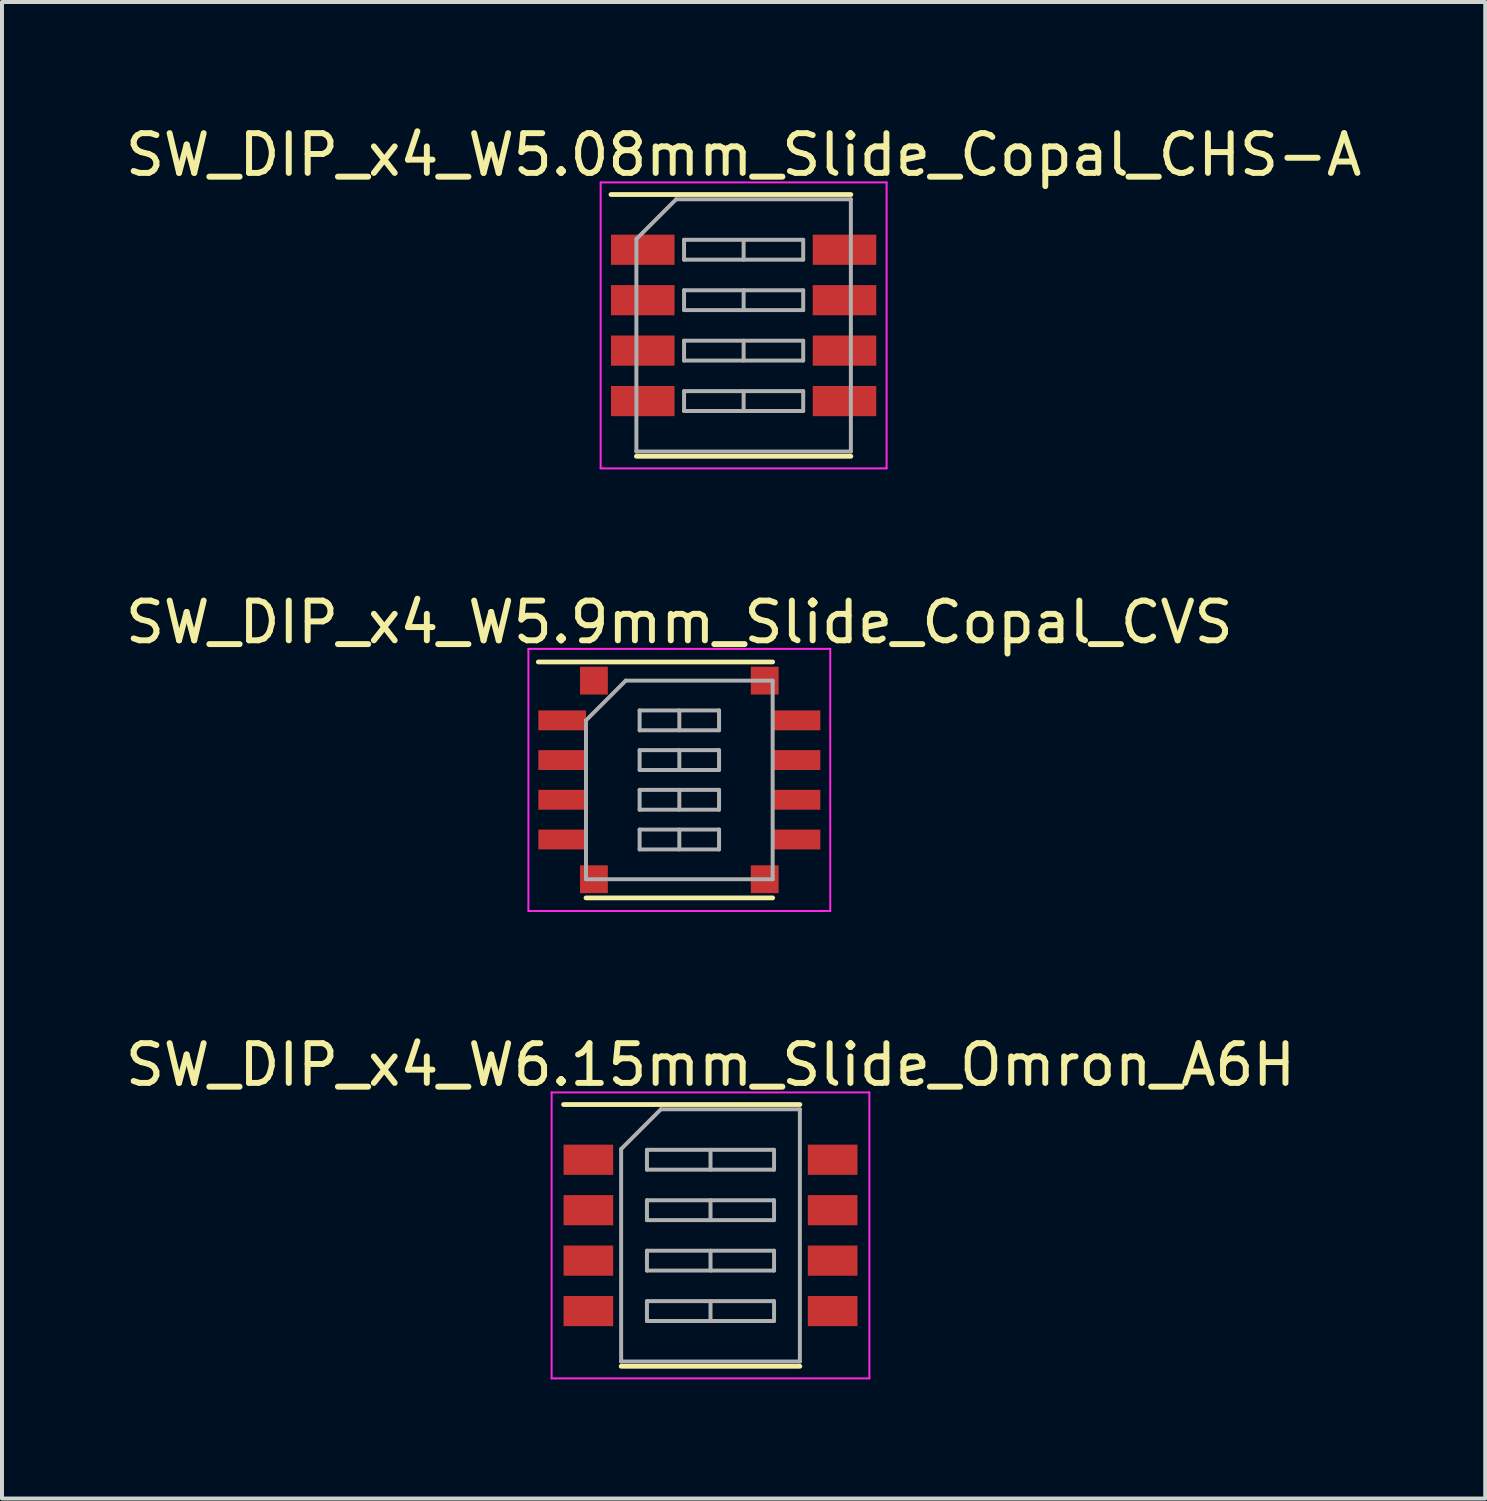
<source format=kicad_pcb>
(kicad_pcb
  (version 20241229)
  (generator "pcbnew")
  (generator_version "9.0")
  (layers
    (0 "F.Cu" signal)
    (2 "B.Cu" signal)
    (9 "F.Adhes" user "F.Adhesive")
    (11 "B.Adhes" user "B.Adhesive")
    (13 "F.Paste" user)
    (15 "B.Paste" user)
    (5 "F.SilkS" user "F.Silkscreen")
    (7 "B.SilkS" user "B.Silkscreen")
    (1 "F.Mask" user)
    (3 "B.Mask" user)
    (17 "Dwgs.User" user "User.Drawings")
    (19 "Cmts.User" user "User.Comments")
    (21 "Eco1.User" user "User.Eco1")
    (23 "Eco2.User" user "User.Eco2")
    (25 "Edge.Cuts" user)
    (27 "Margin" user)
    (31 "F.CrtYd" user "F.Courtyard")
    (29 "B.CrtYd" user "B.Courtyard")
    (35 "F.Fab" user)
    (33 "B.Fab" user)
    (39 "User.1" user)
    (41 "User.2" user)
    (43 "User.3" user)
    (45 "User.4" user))
  (footprint "SW_DIP_x4_W6.15mm_Slide_Omron_A6H"
    (layer "F.Cu")
    (at 14.839 28.055)
    (property "Reference" "SW_DIP_x4_W6.15mm_Slide_Omron_A6H" (at 0 -4.295 0) (layer "F.SilkS") (effects (font (size 1 1) (thickness 0.15))))
    (attr smd)
    (fp_line (start -3.7 -3.295) (end 2.25 -3.295) (stroke (width 0.12) (type solid)) (layer "F.SilkS"))
    (fp_line (start -2.25 3.295) (end 2.25 3.295) (stroke (width 0.12) (type solid)) (layer "F.SilkS"))
    (fp_line (start -4 -3.6) (end -4 3.6) (stroke (width 0.05) (type solid)) (layer "F.CrtYd"))
    (fp_line (start -4 3.6) (end 4 3.6) (stroke (width 0.05) (type solid)) (layer "F.CrtYd"))
    (fp_line (start 4 -3.6) (end -4 -3.6) (stroke (width 0.05) (type solid)) (layer "F.CrtYd"))
    (fp_line (start 4 3.6) (end 4 -3.6) (stroke (width 0.05) (type solid)) (layer "F.CrtYd"))
    (fp_line (start -2.25 -2.175) (end -1.25 -3.175) (stroke (width 0.1) (type solid)) (layer "F.Fab"))
    (fp_line (start -2.25 3.175) (end -2.25 -2.175) (stroke (width 0.1) (type solid)) (layer "F.Fab"))
    (fp_line (start -1.6 -2.155) (end -1.6 -1.655) (stroke (width 0.1) (type solid)) (layer "F.Fab"))
    (fp_line (start -1.6 -1.655) (end 1.6 -1.655) (stroke (width 0.1) (type solid)) (layer "F.Fab"))
    (fp_line (start -1.6 -0.885) (end -1.6 -0.385) (stroke (width 0.1) (type solid)) (layer "F.Fab"))
    (fp_line (start -1.6 -0.385) (end 1.6 -0.385) (stroke (width 0.1) (type solid)) (layer "F.Fab"))
    (fp_line (start -1.6 0.385) (end -1.6 0.885) (stroke (width 0.1) (type solid)) (layer "F.Fab"))
    (fp_line (start -1.6 0.885) (end 1.6 0.885) (stroke (width 0.1) (type solid)) (layer "F.Fab"))
    (fp_line (start -1.6 1.655) (end -1.6 2.155) (stroke (width 0.1) (type solid)) (layer "F.Fab"))
    (fp_line (start -1.6 2.155) (end 1.6 2.155) (stroke (width 0.1) (type solid)) (layer "F.Fab"))
    (fp_line (start -1.25 -3.175) (end 2.25 -3.175) (stroke (width 0.1) (type solid)) (layer "F.Fab"))
    (fp_line (start 0 -2.155) (end 0 -1.655) (stroke (width 0.1) (type solid)) (layer "F.Fab"))
    (fp_line (start 0 -0.885) (end 0 -0.385) (stroke (width 0.1) (type solid)) (layer "F.Fab"))
    (fp_line (start 0 0.385) (end 0 0.885) (stroke (width 0.1) (type solid)) (layer "F.Fab"))
    (fp_line (start 0 1.655) (end 0 2.155) (stroke (width 0.1) (type solid)) (layer "F.Fab"))
    (fp_line (start 1.6 -2.155) (end -1.6 -2.155) (stroke (width 0.1) (type solid)) (layer "F.Fab"))
    (fp_line (start 1.6 -1.655) (end 1.6 -2.155) (stroke (width 0.1) (type solid)) (layer "F.Fab"))
    (fp_line (start 1.6 -0.885) (end -1.6 -0.885) (stroke (width 0.1) (type solid)) (layer "F.Fab"))
    (fp_line (start 1.6 -0.385) (end 1.6 -0.885) (stroke (width 0.1) (type solid)) (layer "F.Fab"))
    (fp_line (start 1.6 0.385) (end -1.6 0.385) (stroke (width 0.1) (type solid)) (layer "F.Fab"))
    (fp_line (start 1.6 0.885) (end 1.6 0.385) (stroke (width 0.1) (type solid)) (layer "F.Fab"))
    (fp_line (start 1.6 1.655) (end -1.6 1.655) (stroke (width 0.1) (type solid)) (layer "F.Fab"))
    (fp_line (start 1.6 2.155) (end 1.6 1.655) (stroke (width 0.1) (type solid)) (layer "F.Fab"))
    (fp_line (start 2.25 -3.175) (end 2.25 3.175) (stroke (width 0.1) (type solid)) (layer "F.Fab"))
    (fp_line (start 2.25 3.175) (end -2.25 3.175) (stroke (width 0.1) (type solid)) (layer "F.Fab"))
    (pad "1" smd rect (at -3.075 -1.905) (size 1.25 0.76) (layers "F.Cu" "F.Mask"))
    (pad "2" smd rect (at -3.075 -0.635) (size 1.25 0.76) (layers "F.Cu" "F.Mask"))
    (pad "3" smd rect (at -3.075 0.635) (size 1.25 0.76) (layers "F.Cu" "F.Mask"))
    (pad "4" smd rect (at -3.075 1.905) (size 1.25 0.76) (layers "F.Cu" "F.Mask"))
    (pad "5" smd rect (at 3.075 1.905) (size 1.25 0.76) (layers "F.Cu" "F.Mask"))
    (pad "6" smd rect (at 3.075 0.635) (size 1.25 0.76) (layers "F.Cu" "F.Mask"))
    (pad "7" smd rect (at 3.075 -0.635) (size 1.25 0.76) (layers "F.Cu" "F.Mask"))
    (pad "8" smd rect (at 3.075 -1.905) (size 1.25 0.76) (layers "F.Cu" "F.Mask")))
  (footprint "SW_DIP_x4_W5.08mm_Slide_Copal_CHS-A"
    (layer "F.Cu")
    (at 15.673 5.143)
    (property "Reference" "SW_DIP_x4_W5.08mm_Slide_Copal_CHS-A" (at 0 -4.295 0) (layer "F.SilkS") (effects (font (size 1 1) (thickness 0.15))))
    (attr smd)
    (fp_line (start -3.34 -3.295) (end 2.7 -3.295) (stroke (width 0.12) (type solid)) (layer "F.SilkS"))
    (fp_line (start -2.7 3.295) (end 2.7 3.295) (stroke (width 0.12) (type solid)) (layer "F.SilkS"))
    (fp_line (start -3.6 -3.6) (end -3.6 3.6) (stroke (width 0.05) (type solid)) (layer "F.CrtYd"))
    (fp_line (start -3.6 3.6) (end 3.6 3.6) (stroke (width 0.05) (type solid)) (layer "F.CrtYd"))
    (fp_line (start 3.6 -3.6) (end -3.6 -3.6) (stroke (width 0.05) (type solid)) (layer "F.CrtYd"))
    (fp_line (start 3.6 3.6) (end 3.6 -3.6) (stroke (width 0.05) (type solid)) (layer "F.CrtYd"))
    (fp_line (start -2.7 -2.175) (end -1.7 -3.175) (stroke (width 0.1) (type solid)) (layer "F.Fab"))
    (fp_line (start -2.7 3.175) (end -2.7 -2.175) (stroke (width 0.1) (type solid)) (layer "F.Fab"))
    (fp_line (start -1.7 -3.175) (end 2.7 -3.175) (stroke (width 0.1) (type solid)) (layer "F.Fab"))
    (fp_line (start -1.5 -2.155) (end -1.5 -1.655) (stroke (width 0.1) (type solid)) (layer "F.Fab"))
    (fp_line (start -1.5 -1.655) (end 1.5 -1.655) (stroke (width 0.1) (type solid)) (layer "F.Fab"))
    (fp_line (start -1.5 -0.885) (end -1.5 -0.385) (stroke (width 0.1) (type solid)) (layer "F.Fab"))
    (fp_line (start -1.5 -0.385) (end 1.5 -0.385) (stroke (width 0.1) (type solid)) (layer "F.Fab"))
    (fp_line (start -1.5 0.385) (end -1.5 0.885) (stroke (width 0.1) (type solid)) (layer "F.Fab"))
    (fp_line (start -1.5 0.885) (end 1.5 0.885) (stroke (width 0.1) (type solid)) (layer "F.Fab"))
    (fp_line (start -1.5 1.655) (end -1.5 2.155) (stroke (width 0.1) (type solid)) (layer "F.Fab"))
    (fp_line (start -1.5 2.155) (end 1.5 2.155) (stroke (width 0.1) (type solid)) (layer "F.Fab"))
    (fp_line (start 0 -2.155) (end 0 -1.655) (stroke (width 0.1) (type solid)) (layer "F.Fab"))
    (fp_line (start 0 -0.885) (end 0 -0.385) (stroke (width 0.1) (type solid)) (layer "F.Fab"))
    (fp_line (start 0 0.385) (end 0 0.885) (stroke (width 0.1) (type solid)) (layer "F.Fab"))
    (fp_line (start 0 1.655) (end 0 2.155) (stroke (width 0.1) (type solid)) (layer "F.Fab"))
    (fp_line (start 1.5 -2.155) (end -1.5 -2.155) (stroke (width 0.1) (type solid)) (layer "F.Fab"))
    (fp_line (start 1.5 -1.655) (end 1.5 -2.155) (stroke (width 0.1) (type solid)) (layer "F.Fab"))
    (fp_line (start 1.5 -0.885) (end -1.5 -0.885) (stroke (width 0.1) (type solid)) (layer "F.Fab"))
    (fp_line (start 1.5 -0.385) (end 1.5 -0.885) (stroke (width 0.1) (type solid)) (layer "F.Fab"))
    (fp_line (start 1.5 0.385) (end -1.5 0.385) (stroke (width 0.1) (type solid)) (layer "F.Fab"))
    (fp_line (start 1.5 0.885) (end 1.5 0.385) (stroke (width 0.1) (type solid)) (layer "F.Fab"))
    (fp_line (start 1.5 1.655) (end -1.5 1.655) (stroke (width 0.1) (type solid)) (layer "F.Fab"))
    (fp_line (start 1.5 2.155) (end 1.5 1.655) (stroke (width 0.1) (type solid)) (layer "F.Fab"))
    (fp_line (start 2.7 -3.175) (end 2.7 3.175) (stroke (width 0.1) (type solid)) (layer "F.Fab"))
    (fp_line (start 2.7 3.175) (end -2.7 3.175) (stroke (width 0.1) (type solid)) (layer "F.Fab"))
    (pad "1" smd rect (at -2.54 -1.905) (size 1.6 0.76) (layers "F.Cu" "F.Mask"))
    (pad "2" smd rect (at -2.54 -0.635) (size 1.6 0.76) (layers "F.Cu" "F.Mask"))
    (pad "3" smd rect (at -2.54 0.635) (size 1.6 0.76) (layers "F.Cu" "F.Mask"))
    (pad "4" smd rect (at -2.54 1.905) (size 1.6 0.76) (layers "F.Cu" "F.Mask"))
    (pad "5" smd rect (at 2.54 1.905) (size 1.6 0.76) (layers "F.Cu" "F.Mask"))
    (pad "6" smd rect (at 2.54 0.635) (size 1.6 0.76) (layers "F.Cu" "F.Mask"))
    (pad "7" smd rect (at 2.54 -0.635) (size 1.6 0.76) (layers "F.Cu" "F.Mask"))
    (pad "8" smd rect (at 2.54 -1.905) (size 1.6 0.76) (layers "F.Cu" "F.Mask")))
  (footprint "SW_DIP_x4_W5.9mm_Slide_Copal_CVS"
    (layer "F.Cu")
    (at 14.054 16.587)
    (property "Reference" "SW_DIP_x4_W5.9mm_Slide_Copal_CVS" (at 0 -3.97 0) (layer "F.SilkS") (effects (font (size 1 1) (thickness 0.15))))
    (attr smd)
    (fp_line (start -3.55 -2.97) (end 2.35 -2.97) (stroke (width 0.12) (type solid)) (layer "F.SilkS"))
    (fp_line (start -2.35 2.97) (end 2.35 2.97) (stroke (width 0.12) (type solid)) (layer "F.SilkS"))
    (fp_line (start -3.8 -3.3) (end -3.8 3.3) (stroke (width 0.05) (type solid)) (layer "F.CrtYd"))
    (fp_line (start -3.8 3.3) (end 3.8 3.3) (stroke (width 0.05) (type solid)) (layer "F.CrtYd"))
    (fp_line (start 3.8 -3.3) (end -3.8 -3.3) (stroke (width 0.05) (type solid)) (layer "F.CrtYd"))
    (fp_line (start 3.8 3.3) (end 3.8 -3.3) (stroke (width 0.05) (type solid)) (layer "F.CrtYd"))
    (fp_line (start -2.35 -1.5) (end -1.35 -2.5) (stroke (width 0.1) (type solid)) (layer "F.Fab"))
    (fp_line (start -2.35 2.5) (end -2.35 -1.5) (stroke (width 0.1) (type solid)) (layer "F.Fab"))
    (fp_line (start -1.35 -2.5) (end 2.35 -2.5) (stroke (width 0.1) (type solid)) (layer "F.Fab"))
    (fp_line (start -1 -1.75) (end -1 -1.25) (stroke (width 0.1) (type solid)) (layer "F.Fab"))
    (fp_line (start -1 -1.25) (end 1 -1.25) (stroke (width 0.1) (type solid)) (layer "F.Fab"))
    (fp_line (start -1 -0.75) (end -1 -0.25) (stroke (width 0.1) (type solid)) (layer "F.Fab"))
    (fp_line (start -1 -0.25) (end 1 -0.25) (stroke (width 0.1) (type solid)) (layer "F.Fab"))
    (fp_line (start -1 0.25) (end -1 0.75) (stroke (width 0.1) (type solid)) (layer "F.Fab"))
    (fp_line (start -1 0.75) (end 1 0.75) (stroke (width 0.1) (type solid)) (layer "F.Fab"))
    (fp_line (start -1 1.25) (end -1 1.75) (stroke (width 0.1) (type solid)) (layer "F.Fab"))
    (fp_line (start -1 1.75) (end 1 1.75) (stroke (width 0.1) (type solid)) (layer "F.Fab"))
    (fp_line (start 0 -1.75) (end 0 -1.25) (stroke (width 0.1) (type solid)) (layer "F.Fab"))
    (fp_line (start 0 -0.75) (end 0 -0.25) (stroke (width 0.1) (type solid)) (layer "F.Fab"))
    (fp_line (start 0 0.25) (end 0 0.75) (stroke (width 0.1) (type solid)) (layer "F.Fab"))
    (fp_line (start 0 1.25) (end 0 1.75) (stroke (width 0.1) (type solid)) (layer "F.Fab"))
    (fp_line (start 1 -1.75) (end -1 -1.75) (stroke (width 0.1) (type solid)) (layer "F.Fab"))
    (fp_line (start 1 -1.25) (end 1 -1.75) (stroke (width 0.1) (type solid)) (layer "F.Fab"))
    (fp_line (start 1 -0.75) (end -1 -0.75) (stroke (width 0.1) (type solid)) (layer "F.Fab"))
    (fp_line (start 1 -0.25) (end 1 -0.75) (stroke (width 0.1) (type solid)) (layer "F.Fab"))
    (fp_line (start 1 0.25) (end -1 0.25) (stroke (width 0.1) (type solid)) (layer "F.Fab"))
    (fp_line (start 1 0.75) (end 1 0.25) (stroke (width 0.1) (type solid)) (layer "F.Fab"))
    (fp_line (start 1 1.25) (end -1 1.25) (stroke (width 0.1) (type solid)) (layer "F.Fab"))
    (fp_line (start 1 1.75) (end 1 1.25) (stroke (width 0.1) (type solid)) (layer "F.Fab"))
    (fp_line (start 2.35 -2.5) (end 2.35 2.5) (stroke (width 0.1) (type solid)) (layer "F.Fab"))
    (fp_line (start 2.35 2.5) (end -2.35 2.5) (stroke (width 0.1) (type solid)) (layer "F.Fab"))
    (pad "1" smd rect (at -2.95 -1.5) (size 1.2 0.5) (layers "F.Cu" "F.Mask"))
    (pad "2" smd rect (at -2.95 -0.5) (size 1.2 0.5) (layers "F.Cu" "F.Mask"))
    (pad "3" smd rect (at -2.95 0.5) (size 1.2 0.5) (layers "F.Cu" "F.Mask"))
    (pad "4" smd rect (at -2.95 1.5) (size 1.2 0.5) (layers "F.Cu" "F.Mask"))
    (pad "5" smd rect (at 2.95 1.5) (size 1.2 0.5) (layers "F.Cu" "F.Mask"))
    (pad "6" smd rect (at 2.95 0.5) (size 1.2 0.5) (layers "F.Cu" "F.Mask"))
    (pad "7" smd rect (at 2.95 -0.5) (size 1.2 0.5) (layers "F.Cu" "F.Mask"))
    (pad "8" smd rect (at 2.95 -1.5) (size 1.2 0.5) (layers "F.Cu" "F.Mask"))
    (pad "9" smd rect (at -2.15 -2.5) (size 0.7 0.7) (layers "F.Cu" "F.Mask"))
    (pad "9" smd rect (at -2.15 2.5) (size 0.7 0.7) (layers "F.Cu" "F.Mask"))
    (pad "9" smd rect (at 2.15 -2.5) (size 0.7 0.7) (layers "F.Cu" "F.Mask"))
    (pad "9" smd rect (at 2.15 2.5) (size 0.7 0.7) (layers "F.Cu" "F.Mask")))
  (gr_rect
    (start -3 -3)
    (end 34.345 34.68)
    (stroke (width 0.1) (type default))
    (fill no)
    (layer "Edge.Cuts")))
</source>
